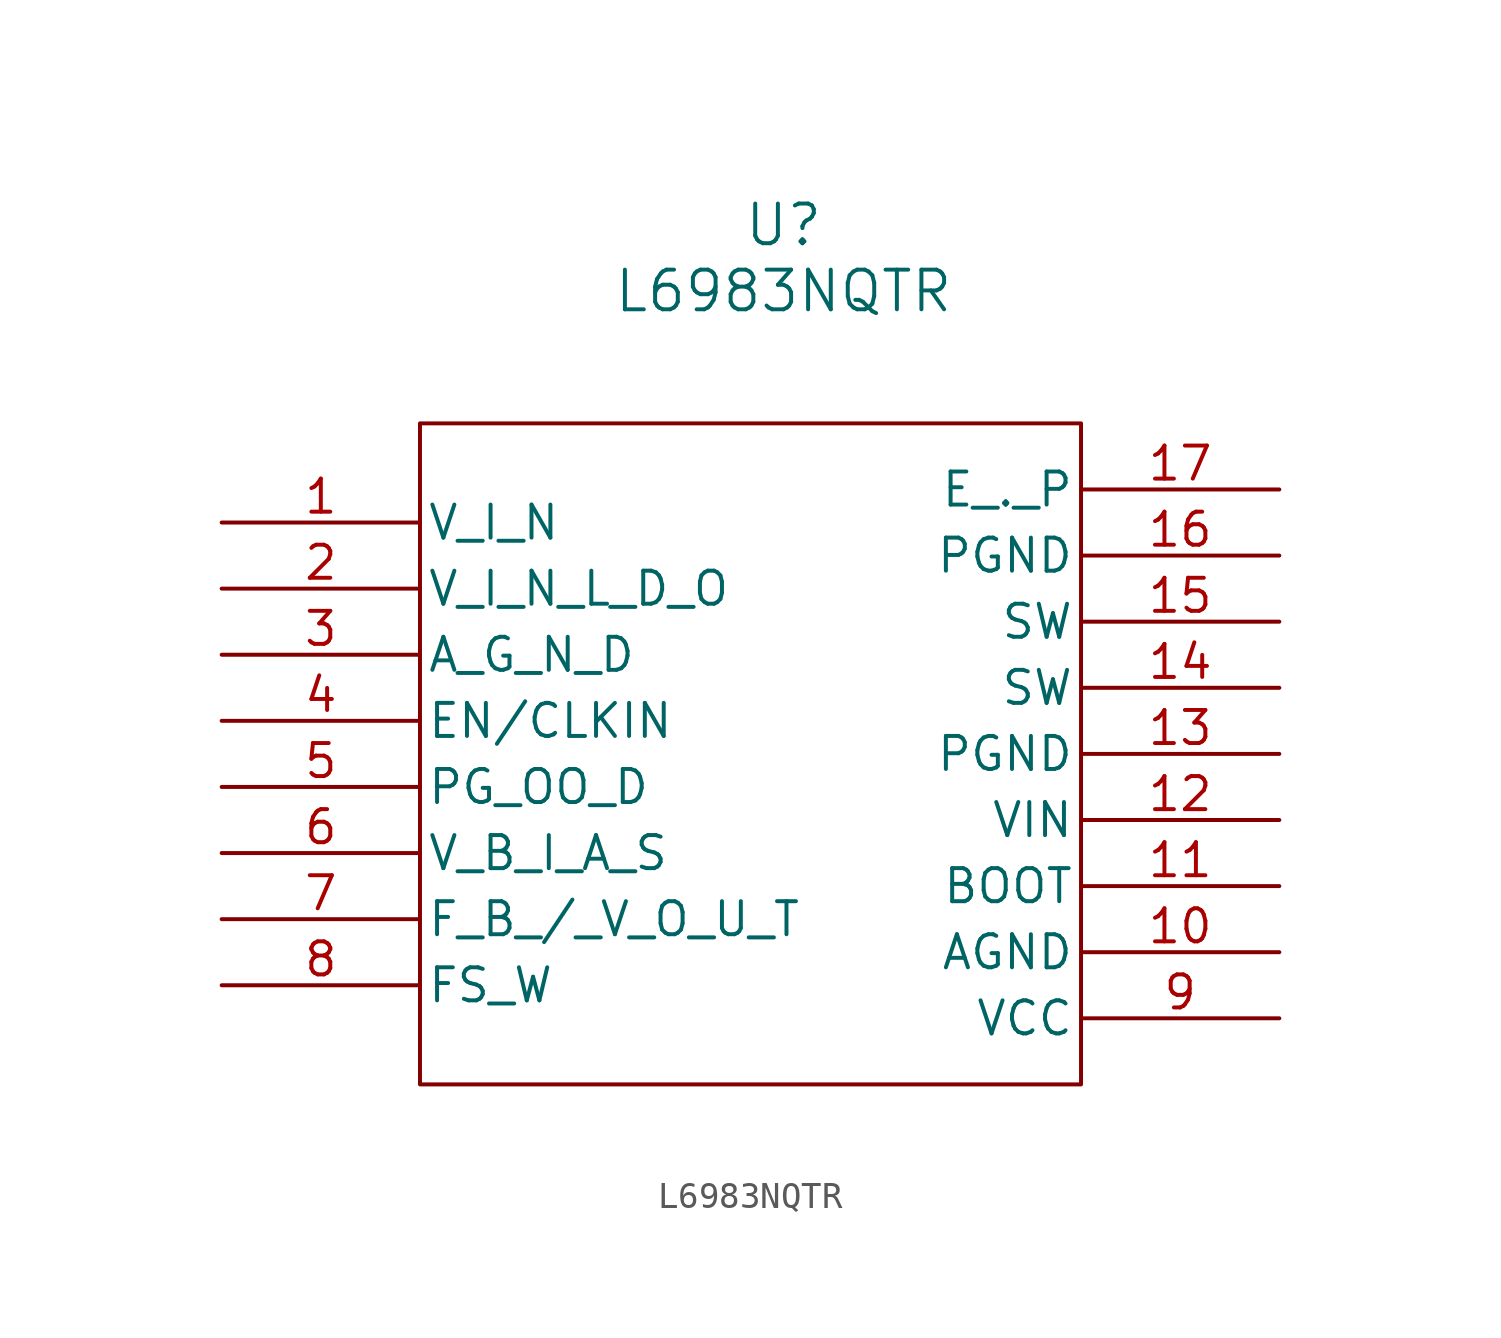
<source format=kicad_sym>
(kicad_symbol_lib
  (version 20241209)
  (generator "kicad_symbol_editor")
  (generator_version "9.0")
  (symbol "L6983NQTR"
    (pin_names
      (offset 0.254))
    (property "Reference" "U"
      (at 1.27 20.32 0)
      (effects (font (size 1.524 1.524))))
    (property "Value" "L6983NQTR"
      (at 1.27 17.78 0)
      (effects (font (size 1.524 1.524))))
    (property "ki_locked" ""
      (at 0 0 0)
      (effects (font (size 1.27 1.27))))
    (symbol "L6983NQTR_0_1"
      (pin unspecified line (at -20.32 8.89 0) (length 7.62) (name "V_I_N" (effects (font (size 1.27 1.27)))) (number "1" (effects (font (size 1.27 1.27)))))
      (pin unspecified line (at -20.32 6.35 0) (length 7.62) (name "V_I_N_L_D_O" (effects (font (size 1.27 1.27)))) (number "2" (effects (font (size 1.27 1.27)))))
      (pin unspecified line (at -20.32 3.81 0) (length 7.62) (name "A_G_N_D" (effects (font (size 1.27 1.27)))) (number "3" (effects (font (size 1.27 1.27)))))
      (pin unspecified line (at -20.32 1.27 0) (length 7.62) (name "EN/CLKIN" (effects (font (size 1.27 1.27)))) (number "4" (effects (font (size 1.27 1.27)))))
      (pin unspecified line (at -20.32 -1.27 0) (length 7.62) (name "PG_OO_D" (effects (font (size 1.27 1.27)))) (number "5" (effects (font (size 1.27 1.27)))))
      (pin unspecified line (at -20.32 -3.81 0) (length 7.62) (name "V_B_I_A_S" (effects (font (size 1.27 1.27)))) (number "6" (effects (font (size 1.27 1.27)))))
      (pin unspecified line (at -20.32 -6.35 0) (length 7.62) (name "F_B_/_V_O_U_T" (effects (font (size 1.27 1.27)))) (number "7" (effects (font (size 1.27 1.27)))))
      (pin unspecified line (at -20.32 -8.89 0) (length 7.62) (name "FS_W" (effects (font (size 1.27 1.27)))) (number "8" (effects (font (size 1.27 1.27)))))
      (pin unspecified line (at 20.32 10.16 180) (length 7.62) (name "E_._P" (effects (font (size 1.27 1.27)))) (number "17" (effects (font (size 1.27 1.27)))))
      (pin power_out line (at 20.32 7.62 180) (length 7.62) (name "PGND" (effects (font (size 1.27 1.27)))) (number "16" (effects (font (size 1.27 1.27)))))
      (pin unspecified line (at 20.32 5.08 180) (length 7.62) (name "SW" (effects (font (size 1.27 1.27)))) (number "15" (effects (font (size 1.27 1.27)))))
      (pin unspecified line (at 20.32 2.54 180) (length 7.62) (name "SW" (effects (font (size 1.27 1.27)))) (number "14" (effects (font (size 1.27 1.27)))))
      (pin power_out line (at 20.32 0 180) (length 7.62) (name "PGND" (effects (font (size 1.27 1.27)))) (number "13" (effects (font (size 1.27 1.27)))))
      (pin unspecified line (at 20.32 -2.54 180) (length 7.62) (name "VIN" (effects (font (size 1.27 1.27)))) (number "12" (effects (font (size 1.27 1.27)))))
      (pin unspecified line (at 20.32 -5.08 180) (length 7.62) (name "BOOT" (effects (font (size 1.27 1.27)))) (number "11" (effects (font (size 1.27 1.27)))))
      (pin power_out line (at 20.32 -7.62 180) (length 7.62) (name "AGND" (effects (font (size 1.27 1.27)))) (number "10" (effects (font (size 1.27 1.27)))))
      (pin power_in line (at 20.32 -10.16 180) (length 7.62) (name "VCC" (effects (font (size 1.27 1.27)))) (number "9" (effects (font (size 1.27 1.27))))))
    (symbol "L6983NQTR_1_1"
      (rectangle (start -12.7 12.7) (end 12.7 -12.7) (stroke (width 0) (type default)) (fill (type none))))))
</source>
